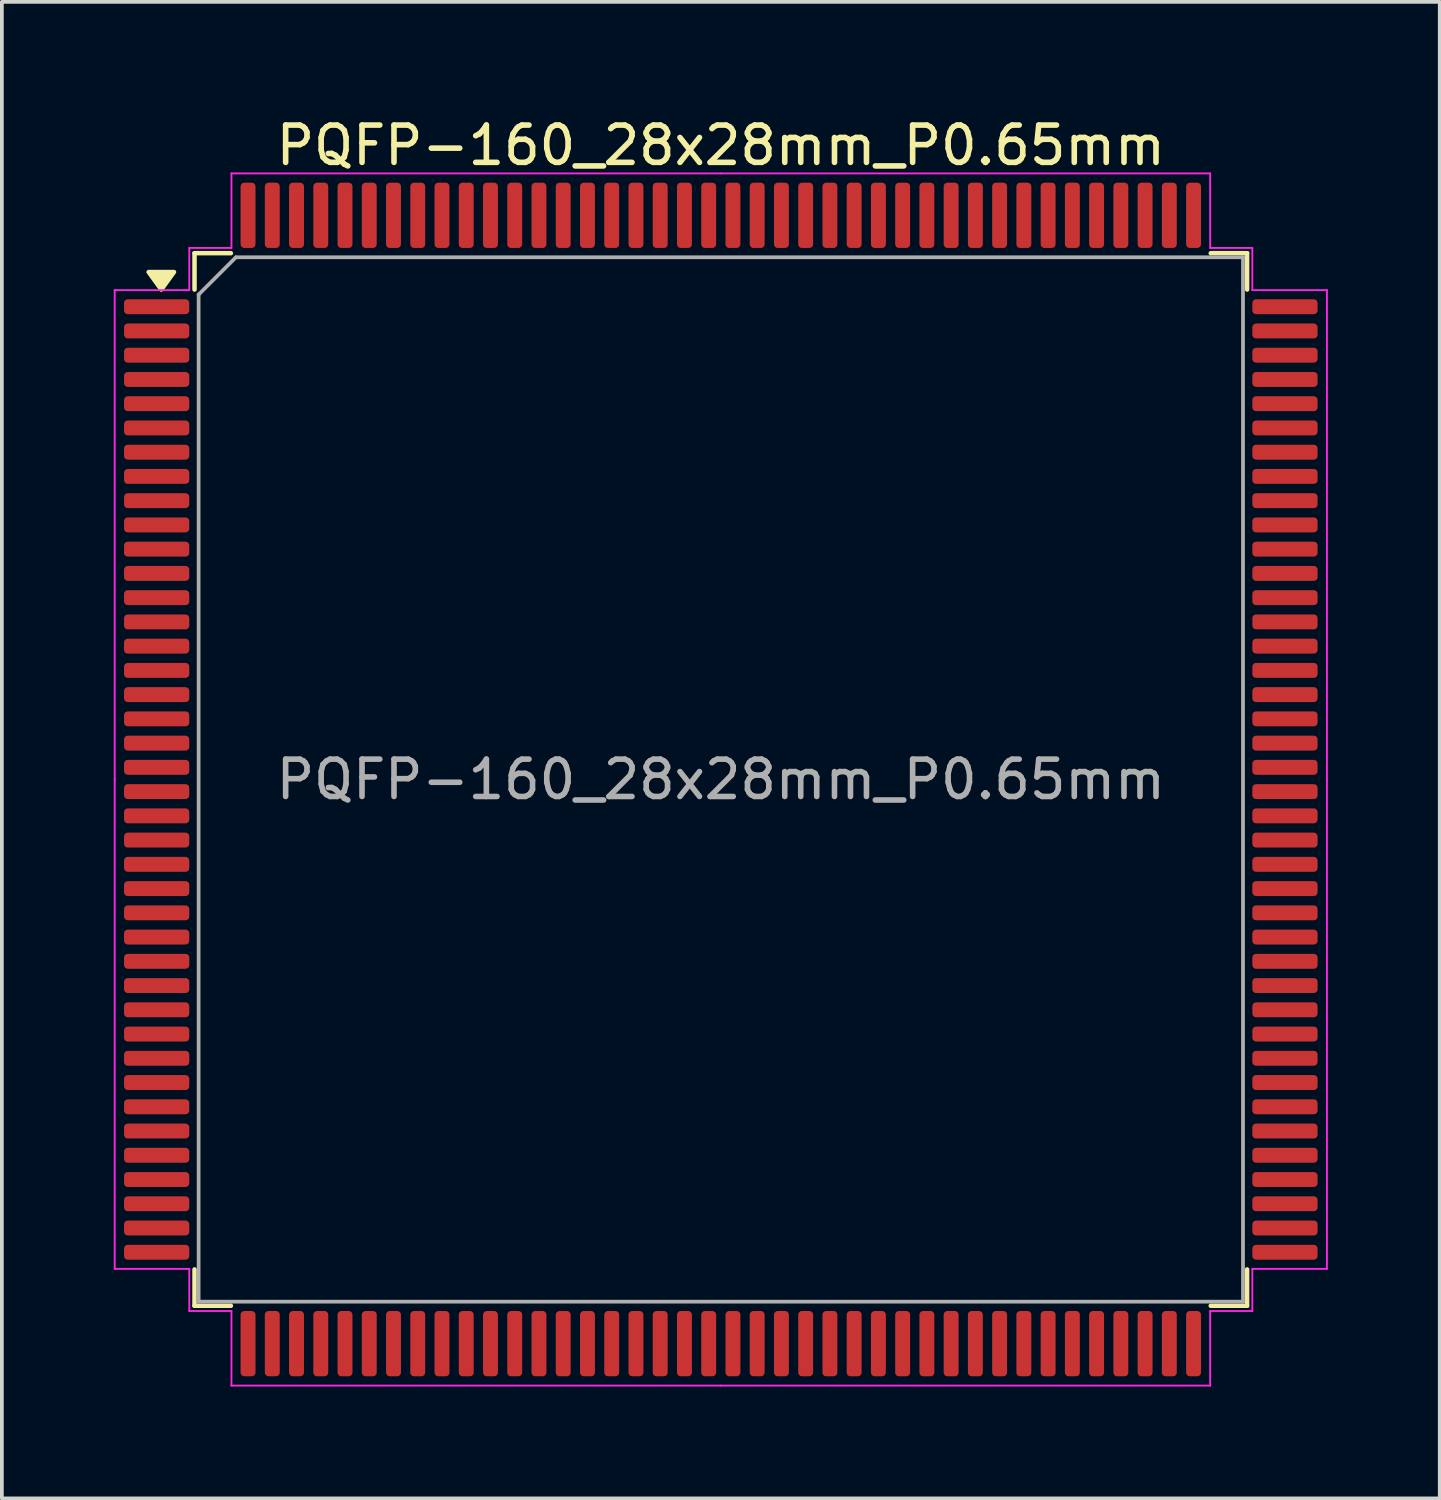
<source format=kicad_pcb>
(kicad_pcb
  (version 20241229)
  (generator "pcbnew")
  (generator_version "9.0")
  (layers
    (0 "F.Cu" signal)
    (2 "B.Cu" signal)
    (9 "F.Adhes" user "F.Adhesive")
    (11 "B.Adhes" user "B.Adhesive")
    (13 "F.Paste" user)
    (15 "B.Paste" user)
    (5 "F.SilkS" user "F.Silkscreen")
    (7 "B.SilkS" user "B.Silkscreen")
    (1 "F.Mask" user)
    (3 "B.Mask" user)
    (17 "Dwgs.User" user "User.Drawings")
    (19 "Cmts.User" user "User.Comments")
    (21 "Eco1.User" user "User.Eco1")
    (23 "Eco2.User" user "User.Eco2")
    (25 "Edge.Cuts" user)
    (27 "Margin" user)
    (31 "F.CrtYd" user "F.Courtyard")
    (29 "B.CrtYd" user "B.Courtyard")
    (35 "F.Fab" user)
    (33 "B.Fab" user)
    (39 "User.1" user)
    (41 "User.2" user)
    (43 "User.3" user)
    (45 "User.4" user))
  (footprint "PQFP-160_28x28mm_P0.65mm"
    (layer "F.Cu")
    (at 16.275 17.848)
    (property "Reference" "PQFP-160_28x28mm_P0.65mm" (at 0 -17 0) (layer "F.SilkS") (effects (font (size 1 1) (thickness 0.15))))
    (attr smd)
    (fp_line (start -14.11 -14.11) (end -14.11 -13.135) (stroke (width 0.12) (type solid)) (layer "F.SilkS"))
    (fp_line (start -14.11 14.11) (end -14.11 13.135) (stroke (width 0.12) (type solid)) (layer "F.SilkS"))
    (fp_line (start -13.135 -14.11) (end -14.11 -14.11) (stroke (width 0.12) (type solid)) (layer "F.SilkS"))
    (fp_line (start -13.135 14.11) (end -14.11 14.11) (stroke (width 0.12) (type solid)) (layer "F.SilkS"))
    (fp_line (start 13.135 -14.11) (end 14.11 -14.11) (stroke (width 0.12) (type solid)) (layer "F.SilkS"))
    (fp_line (start 13.135 14.11) (end 14.11 14.11) (stroke (width 0.12) (type solid)) (layer "F.SilkS"))
    (fp_line (start 14.11 -14.11) (end 14.11 -13.135) (stroke (width 0.12) (type solid)) (layer "F.SilkS"))
    (fp_line (start 14.11 14.11) (end 14.11 13.135) (stroke (width 0.12) (type solid)) (layer "F.SilkS"))
    (fp_poly (pts (xy -15 -13.135) (xy -15.34 -13.605) (xy -14.66 -13.605) (xy -15 -13.135)) (stroke (width 0.12) (type solid)) (fill yes) (layer "F.SilkS"))
    (fp_line (start -16.25 -13.12) (end -16.25 0) (stroke (width 0.05) (type solid)) (layer "F.CrtYd"))
    (fp_line (start -16.25 13.12) (end -16.25 0) (stroke (width 0.05) (type solid)) (layer "F.CrtYd"))
    (fp_line (start -14.25 -14.25) (end -14.25 -13.12) (stroke (width 0.05) (type solid)) (layer "F.CrtYd"))
    (fp_line (start -14.25 -13.12) (end -16.25 -13.12) (stroke (width 0.05) (type solid)) (layer "F.CrtYd"))
    (fp_line (start -14.25 13.12) (end -16.25 13.12) (stroke (width 0.05) (type solid)) (layer "F.CrtYd"))
    (fp_line (start -14.25 14.25) (end -14.25 13.12) (stroke (width 0.05) (type solid)) (layer "F.CrtYd"))
    (fp_line (start -13.12 -16.25) (end -13.12 -14.25) (stroke (width 0.05) (type solid)) (layer "F.CrtYd"))
    (fp_line (start -13.12 -14.25) (end -14.25 -14.25) (stroke (width 0.05) (type solid)) (layer "F.CrtYd"))
    (fp_line (start -13.12 14.25) (end -14.25 14.25) (stroke (width 0.05) (type solid)) (layer "F.CrtYd"))
    (fp_line (start -13.12 16.25) (end -13.12 14.25) (stroke (width 0.05) (type solid)) (layer "F.CrtYd"))
    (fp_line (start 0 -16.25) (end -13.12 -16.25) (stroke (width 0.05) (type solid)) (layer "F.CrtYd"))
    (fp_line (start 0 -16.25) (end 13.12 -16.25) (stroke (width 0.05) (type solid)) (layer "F.CrtYd"))
    (fp_line (start 0 16.25) (end -13.12 16.25) (stroke (width 0.05) (type solid)) (layer "F.CrtYd"))
    (fp_line (start 0 16.25) (end 13.12 16.25) (stroke (width 0.05) (type solid)) (layer "F.CrtYd"))
    (fp_line (start 13.12 -16.25) (end 13.12 -14.25) (stroke (width 0.05) (type solid)) (layer "F.CrtYd"))
    (fp_line (start 13.12 -14.25) (end 14.25 -14.25) (stroke (width 0.05) (type solid)) (layer "F.CrtYd"))
    (fp_line (start 13.12 14.25) (end 14.25 14.25) (stroke (width 0.05) (type solid)) (layer "F.CrtYd"))
    (fp_line (start 13.12 16.25) (end 13.12 14.25) (stroke (width 0.05) (type solid)) (layer "F.CrtYd"))
    (fp_line (start 14.25 -14.25) (end 14.25 -13.12) (stroke (width 0.05) (type solid)) (layer "F.CrtYd"))
    (fp_line (start 14.25 -13.12) (end 16.25 -13.12) (stroke (width 0.05) (type solid)) (layer "F.CrtYd"))
    (fp_line (start 14.25 13.12) (end 16.25 13.12) (stroke (width 0.05) (type solid)) (layer "F.CrtYd"))
    (fp_line (start 14.25 14.25) (end 14.25 13.12) (stroke (width 0.05) (type solid)) (layer "F.CrtYd"))
    (fp_line (start 16.25 -13.12) (end 16.25 0) (stroke (width 0.05) (type solid)) (layer "F.CrtYd"))
    (fp_line (start 16.25 13.12) (end 16.25 0) (stroke (width 0.05) (type solid)) (layer "F.CrtYd"))
    (fp_line (start -14 -13) (end -13 -14) (stroke (width 0.1) (type solid)) (layer "F.Fab"))
    (fp_line (start -14 14) (end -14 -13) (stroke (width 0.1) (type solid)) (layer "F.Fab"))
    (fp_line (start -13 -14) (end 14 -14) (stroke (width 0.1) (type solid)) (layer "F.Fab"))
    (fp_line (start 14 -14) (end 14 14) (stroke (width 0.1) (type solid)) (layer "F.Fab"))
    (fp_line (start 14 14) (end -14 14) (stroke (width 0.1) (type solid)) (layer "F.Fab"))
    (fp_text user "${REFERENCE}" (at 0 0 0) (layer "F.Fab") (effects (font (size 1 1) (thickness 0.15))))
    (pad "1" smd roundrect (at -15.125 -12.675) (size 1.75 0.4) (layers "F.Cu" "F.Mask" "F.Paste") (roundrect_rratio 0.25))
    (pad "2" smd roundrect (at -15.125 -12.025) (size 1.75 0.4) (layers "F.Cu" "F.Mask" "F.Paste") (roundrect_rratio 0.25))
    (pad "3" smd roundrect (at -15.125 -11.375) (size 1.75 0.4) (layers "F.Cu" "F.Mask" "F.Paste") (roundrect_rratio 0.25))
    (pad "4" smd roundrect (at -15.125 -10.725) (size 1.75 0.4) (layers "F.Cu" "F.Mask" "F.Paste") (roundrect_rratio 0.25))
    (pad "5" smd roundrect (at -15.125 -10.075) (size 1.75 0.4) (layers "F.Cu" "F.Mask" "F.Paste") (roundrect_rratio 0.25))
    (pad "6" smd roundrect (at -15.125 -9.425) (size 1.75 0.4) (layers "F.Cu" "F.Mask" "F.Paste") (roundrect_rratio 0.25))
    (pad "7" smd roundrect (at -15.125 -8.775) (size 1.75 0.4) (layers "F.Cu" "F.Mask" "F.Paste") (roundrect_rratio 0.25))
    (pad "8" smd roundrect (at -15.125 -8.125) (size 1.75 0.4) (layers "F.Cu" "F.Mask" "F.Paste") (roundrect_rratio 0.25))
    (pad "9" smd roundrect (at -15.125 -7.475) (size 1.75 0.4) (layers "F.Cu" "F.Mask" "F.Paste") (roundrect_rratio 0.25))
    (pad "10" smd roundrect (at -15.125 -6.825) (size 1.75 0.4) (layers "F.Cu" "F.Mask" "F.Paste") (roundrect_rratio 0.25))
    (pad "11" smd roundrect (at -15.125 -6.175) (size 1.75 0.4) (layers "F.Cu" "F.Mask" "F.Paste") (roundrect_rratio 0.25))
    (pad "12" smd roundrect (at -15.125 -5.525) (size 1.75 0.4) (layers "F.Cu" "F.Mask" "F.Paste") (roundrect_rratio 0.25))
    (pad "13" smd roundrect (at -15.125 -4.875) (size 1.75 0.4) (layers "F.Cu" "F.Mask" "F.Paste") (roundrect_rratio 0.25))
    (pad "14" smd roundrect (at -15.125 -4.225) (size 1.75 0.4) (layers "F.Cu" "F.Mask" "F.Paste") (roundrect_rratio 0.25))
    (pad "15" smd roundrect (at -15.125 -3.575) (size 1.75 0.4) (layers "F.Cu" "F.Mask" "F.Paste") (roundrect_rratio 0.25))
    (pad "16" smd roundrect (at -15.125 -2.925) (size 1.75 0.4) (layers "F.Cu" "F.Mask" "F.Paste") (roundrect_rratio 0.25))
    (pad "17" smd roundrect (at -15.125 -2.275) (size 1.75 0.4) (layers "F.Cu" "F.Mask" "F.Paste") (roundrect_rratio 0.25))
    (pad "18" smd roundrect (at -15.125 -1.625) (size 1.75 0.4) (layers "F.Cu" "F.Mask" "F.Paste") (roundrect_rratio 0.25))
    (pad "19" smd roundrect (at -15.125 -0.975) (size 1.75 0.4) (layers "F.Cu" "F.Mask" "F.Paste") (roundrect_rratio 0.25))
    (pad "20" smd roundrect (at -15.125 -0.325) (size 1.75 0.4) (layers "F.Cu" "F.Mask" "F.Paste") (roundrect_rratio 0.25))
    (pad "21" smd roundrect (at -15.125 0.325) (size 1.75 0.4) (layers "F.Cu" "F.Mask" "F.Paste") (roundrect_rratio 0.25))
    (pad "22" smd roundrect (at -15.125 0.975) (size 1.75 0.4) (layers "F.Cu" "F.Mask" "F.Paste") (roundrect_rratio 0.25))
    (pad "23" smd roundrect (at -15.125 1.625) (size 1.75 0.4) (layers "F.Cu" "F.Mask" "F.Paste") (roundrect_rratio 0.25))
    (pad "24" smd roundrect (at -15.125 2.275) (size 1.75 0.4) (layers "F.Cu" "F.Mask" "F.Paste") (roundrect_rratio 0.25))
    (pad "25" smd roundrect (at -15.125 2.925) (size 1.75 0.4) (layers "F.Cu" "F.Mask" "F.Paste") (roundrect_rratio 0.25))
    (pad "26" smd roundrect (at -15.125 3.575) (size 1.75 0.4) (layers "F.Cu" "F.Mask" "F.Paste") (roundrect_rratio 0.25))
    (pad "27" smd roundrect (at -15.125 4.225) (size 1.75 0.4) (layers "F.Cu" "F.Mask" "F.Paste") (roundrect_rratio 0.25))
    (pad "28" smd roundrect (at -15.125 4.875) (size 1.75 0.4) (layers "F.Cu" "F.Mask" "F.Paste") (roundrect_rratio 0.25))
    (pad "29" smd roundrect (at -15.125 5.525) (size 1.75 0.4) (layers "F.Cu" "F.Mask" "F.Paste") (roundrect_rratio 0.25))
    (pad "30" smd roundrect (at -15.125 6.175) (size 1.75 0.4) (layers "F.Cu" "F.Mask" "F.Paste") (roundrect_rratio 0.25))
    (pad "31" smd roundrect (at -15.125 6.825) (size 1.75 0.4) (layers "F.Cu" "F.Mask" "F.Paste") (roundrect_rratio 0.25))
    (pad "32" smd roundrect (at -15.125 7.475) (size 1.75 0.4) (layers "F.Cu" "F.Mask" "F.Paste") (roundrect_rratio 0.25))
    (pad "33" smd roundrect (at -15.125 8.125) (size 1.75 0.4) (layers "F.Cu" "F.Mask" "F.Paste") (roundrect_rratio 0.25))
    (pad "34" smd roundrect (at -15.125 8.775) (size 1.75 0.4) (layers "F.Cu" "F.Mask" "F.Paste") (roundrect_rratio 0.25))
    (pad "35" smd roundrect (at -15.125 9.425) (size 1.75 0.4) (layers "F.Cu" "F.Mask" "F.Paste") (roundrect_rratio 0.25))
    (pad "36" smd roundrect (at -15.125 10.075) (size 1.75 0.4) (layers "F.Cu" "F.Mask" "F.Paste") (roundrect_rratio 0.25))
    (pad "37" smd roundrect (at -15.125 10.725) (size 1.75 0.4) (layers "F.Cu" "F.Mask" "F.Paste") (roundrect_rratio 0.25))
    (pad "38" smd roundrect (at -15.125 11.375) (size 1.75 0.4) (layers "F.Cu" "F.Mask" "F.Paste") (roundrect_rratio 0.25))
    (pad "39" smd roundrect (at -15.125 12.025) (size 1.75 0.4) (layers "F.Cu" "F.Mask" "F.Paste") (roundrect_rratio 0.25))
    (pad "40" smd roundrect (at -15.125 12.675) (size 1.75 0.4) (layers "F.Cu" "F.Mask" "F.Paste") (roundrect_rratio 0.25))
    (pad "41" smd roundrect (at -12.675 15.125) (size 0.4 1.75) (layers "F.Cu" "F.Mask" "F.Paste") (roundrect_rratio 0.25))
    (pad "42" smd roundrect (at -12.025 15.125) (size 0.4 1.75) (layers "F.Cu" "F.Mask" "F.Paste") (roundrect_rratio 0.25))
    (pad "43" smd roundrect (at -11.375 15.125) (size 0.4 1.75) (layers "F.Cu" "F.Mask" "F.Paste") (roundrect_rratio 0.25))
    (pad "44" smd roundrect (at -10.725 15.125) (size 0.4 1.75) (layers "F.Cu" "F.Mask" "F.Paste") (roundrect_rratio 0.25))
    (pad "45" smd roundrect (at -10.075 15.125) (size 0.4 1.75) (layers "F.Cu" "F.Mask" "F.Paste") (roundrect_rratio 0.25))
    (pad "46" smd roundrect (at -9.425 15.125) (size 0.4 1.75) (layers "F.Cu" "F.Mask" "F.Paste") (roundrect_rratio 0.25))
    (pad "47" smd roundrect (at -8.775 15.125) (size 0.4 1.75) (layers "F.Cu" "F.Mask" "F.Paste") (roundrect_rratio 0.25))
    (pad "48" smd roundrect (at -8.125 15.125) (size 0.4 1.75) (layers "F.Cu" "F.Mask" "F.Paste") (roundrect_rratio 0.25))
    (pad "49" smd roundrect (at -7.475 15.125) (size 0.4 1.75) (layers "F.Cu" "F.Mask" "F.Paste") (roundrect_rratio 0.25))
    (pad "50" smd roundrect (at -6.825 15.125) (size 0.4 1.75) (layers "F.Cu" "F.Mask" "F.Paste") (roundrect_rratio 0.25))
    (pad "51" smd roundrect (at -6.175 15.125) (size 0.4 1.75) (layers "F.Cu" "F.Mask" "F.Paste") (roundrect_rratio 0.25))
    (pad "52" smd roundrect (at -5.525 15.125) (size 0.4 1.75) (layers "F.Cu" "F.Mask" "F.Paste") (roundrect_rratio 0.25))
    (pad "53" smd roundrect (at -4.875 15.125) (size 0.4 1.75) (layers "F.Cu" "F.Mask" "F.Paste") (roundrect_rratio 0.25))
    (pad "54" smd roundrect (at -4.225 15.125) (size 0.4 1.75) (layers "F.Cu" "F.Mask" "F.Paste") (roundrect_rratio 0.25))
    (pad "55" smd roundrect (at -3.575 15.125) (size 0.4 1.75) (layers "F.Cu" "F.Mask" "F.Paste") (roundrect_rratio 0.25))
    (pad "56" smd roundrect (at -2.925 15.125) (size 0.4 1.75) (layers "F.Cu" "F.Mask" "F.Paste") (roundrect_rratio 0.25))
    (pad "57" smd roundrect (at -2.275 15.125) (size 0.4 1.75) (layers "F.Cu" "F.Mask" "F.Paste") (roundrect_rratio 0.25))
    (pad "58" smd roundrect (at -1.625 15.125) (size 0.4 1.75) (layers "F.Cu" "F.Mask" "F.Paste") (roundrect_rratio 0.25))
    (pad "59" smd roundrect (at -0.975 15.125) (size 0.4 1.75) (layers "F.Cu" "F.Mask" "F.Paste") (roundrect_rratio 0.25))
    (pad "60" smd roundrect (at -0.325 15.125) (size 0.4 1.75) (layers "F.Cu" "F.Mask" "F.Paste") (roundrect_rratio 0.25))
    (pad "61" smd roundrect (at 0.325 15.125) (size 0.4 1.75) (layers "F.Cu" "F.Mask" "F.Paste") (roundrect_rratio 0.25))
    (pad "62" smd roundrect (at 0.975 15.125) (size 0.4 1.75) (layers "F.Cu" "F.Mask" "F.Paste") (roundrect_rratio 0.25))
    (pad "63" smd roundrect (at 1.625 15.125) (size 0.4 1.75) (layers "F.Cu" "F.Mask" "F.Paste") (roundrect_rratio 0.25))
    (pad "64" smd roundrect (at 2.275 15.125) (size 0.4 1.75) (layers "F.Cu" "F.Mask" "F.Paste") (roundrect_rratio 0.25))
    (pad "65" smd roundrect (at 2.925 15.125) (size 0.4 1.75) (layers "F.Cu" "F.Mask" "F.Paste") (roundrect_rratio 0.25))
    (pad "66" smd roundrect (at 3.575 15.125) (size 0.4 1.75) (layers "F.Cu" "F.Mask" "F.Paste") (roundrect_rratio 0.25))
    (pad "67" smd roundrect (at 4.225 15.125) (size 0.4 1.75) (layers "F.Cu" "F.Mask" "F.Paste") (roundrect_rratio 0.25))
    (pad "68" smd roundrect (at 4.875 15.125) (size 0.4 1.75) (layers "F.Cu" "F.Mask" "F.Paste") (roundrect_rratio 0.25))
    (pad "69" smd roundrect (at 5.525 15.125) (size 0.4 1.75) (layers "F.Cu" "F.Mask" "F.Paste") (roundrect_rratio 0.25))
    (pad "70" smd roundrect (at 6.175 15.125) (size 0.4 1.75) (layers "F.Cu" "F.Mask" "F.Paste") (roundrect_rratio 0.25))
    (pad "71" smd roundrect (at 6.825 15.125) (size 0.4 1.75) (layers "F.Cu" "F.Mask" "F.Paste") (roundrect_rratio 0.25))
    (pad "72" smd roundrect (at 7.475 15.125) (size 0.4 1.75) (layers "F.Cu" "F.Mask" "F.Paste") (roundrect_rratio 0.25))
    (pad "73" smd roundrect (at 8.125 15.125) (size 0.4 1.75) (layers "F.Cu" "F.Mask" "F.Paste") (roundrect_rratio 0.25))
    (pad "74" smd roundrect (at 8.775 15.125) (size 0.4 1.75) (layers "F.Cu" "F.Mask" "F.Paste") (roundrect_rratio 0.25))
    (pad "75" smd roundrect (at 9.425 15.125) (size 0.4 1.75) (layers "F.Cu" "F.Mask" "F.Paste") (roundrect_rratio 0.25))
    (pad "76" smd roundrect (at 10.075 15.125) (size 0.4 1.75) (layers "F.Cu" "F.Mask" "F.Paste") (roundrect_rratio 0.25))
    (pad "77" smd roundrect (at 10.725 15.125) (size 0.4 1.75) (layers "F.Cu" "F.Mask" "F.Paste") (roundrect_rratio 0.25))
    (pad "78" smd roundrect (at 11.375 15.125) (size 0.4 1.75) (layers "F.Cu" "F.Mask" "F.Paste") (roundrect_rratio 0.25))
    (pad "79" smd roundrect (at 12.025 15.125) (size 0.4 1.75) (layers "F.Cu" "F.Mask" "F.Paste") (roundrect_rratio 0.25))
    (pad "80" smd roundrect (at 12.675 15.125) (size 0.4 1.75) (layers "F.Cu" "F.Mask" "F.Paste") (roundrect_rratio 0.25))
    (pad "81" smd roundrect (at 15.125 12.675) (size 1.75 0.4) (layers "F.Cu" "F.Mask" "F.Paste") (roundrect_rratio 0.25))
    (pad "82" smd roundrect (at 15.125 12.025) (size 1.75 0.4) (layers "F.Cu" "F.Mask" "F.Paste") (roundrect_rratio 0.25))
    (pad "83" smd roundrect (at 15.125 11.375) (size 1.75 0.4) (layers "F.Cu" "F.Mask" "F.Paste") (roundrect_rratio 0.25))
    (pad "84" smd roundrect (at 15.125 10.725) (size 1.75 0.4) (layers "F.Cu" "F.Mask" "F.Paste") (roundrect_rratio 0.25))
    (pad "85" smd roundrect (at 15.125 10.075) (size 1.75 0.4) (layers "F.Cu" "F.Mask" "F.Paste") (roundrect_rratio 0.25))
    (pad "86" smd roundrect (at 15.125 9.425) (size 1.75 0.4) (layers "F.Cu" "F.Mask" "F.Paste") (roundrect_rratio 0.25))
    (pad "87" smd roundrect (at 15.125 8.775) (size 1.75 0.4) (layers "F.Cu" "F.Mask" "F.Paste") (roundrect_rratio 0.25))
    (pad "88" smd roundrect (at 15.125 8.125) (size 1.75 0.4) (layers "F.Cu" "F.Mask" "F.Paste") (roundrect_rratio 0.25))
    (pad "89" smd roundrect (at 15.125 7.475) (size 1.75 0.4) (layers "F.Cu" "F.Mask" "F.Paste") (roundrect_rratio 0.25))
    (pad "90" smd roundrect (at 15.125 6.825) (size 1.75 0.4) (layers "F.Cu" "F.Mask" "F.Paste") (roundrect_rratio 0.25))
    (pad "91" smd roundrect (at 15.125 6.175) (size 1.75 0.4) (layers "F.Cu" "F.Mask" "F.Paste") (roundrect_rratio 0.25))
    (pad "92" smd roundrect (at 15.125 5.525) (size 1.75 0.4) (layers "F.Cu" "F.Mask" "F.Paste") (roundrect_rratio 0.25))
    (pad "93" smd roundrect (at 15.125 4.875) (size 1.75 0.4) (layers "F.Cu" "F.Mask" "F.Paste") (roundrect_rratio 0.25))
    (pad "94" smd roundrect (at 15.125 4.225) (size 1.75 0.4) (layers "F.Cu" "F.Mask" "F.Paste") (roundrect_rratio 0.25))
    (pad "95" smd roundrect (at 15.125 3.575) (size 1.75 0.4) (layers "F.Cu" "F.Mask" "F.Paste") (roundrect_rratio 0.25))
    (pad "96" smd roundrect (at 15.125 2.925) (size 1.75 0.4) (layers "F.Cu" "F.Mask" "F.Paste") (roundrect_rratio 0.25))
    (pad "97" smd roundrect (at 15.125 2.275) (size 1.75 0.4) (layers "F.Cu" "F.Mask" "F.Paste") (roundrect_rratio 0.25))
    (pad "98" smd roundrect (at 15.125 1.625) (size 1.75 0.4) (layers "F.Cu" "F.Mask" "F.Paste") (roundrect_rratio 0.25))
    (pad "99" smd roundrect (at 15.125 0.975) (size 1.75 0.4) (layers "F.Cu" "F.Mask" "F.Paste") (roundrect_rratio 0.25))
    (pad "100" smd roundrect (at 15.125 0.325) (size 1.75 0.4) (layers "F.Cu" "F.Mask" "F.Paste") (roundrect_rratio 0.25))
    (pad "101" smd roundrect (at 15.125 -0.325) (size 1.75 0.4) (layers "F.Cu" "F.Mask" "F.Paste") (roundrect_rratio 0.25))
    (pad "102" smd roundrect (at 15.125 -0.975) (size 1.75 0.4) (layers "F.Cu" "F.Mask" "F.Paste") (roundrect_rratio 0.25))
    (pad "103" smd roundrect (at 15.125 -1.625) (size 1.75 0.4) (layers "F.Cu" "F.Mask" "F.Paste") (roundrect_rratio 0.25))
    (pad "104" smd roundrect (at 15.125 -2.275) (size 1.75 0.4) (layers "F.Cu" "F.Mask" "F.Paste") (roundrect_rratio 0.25))
    (pad "105" smd roundrect (at 15.125 -2.925) (size 1.75 0.4) (layers "F.Cu" "F.Mask" "F.Paste") (roundrect_rratio 0.25))
    (pad "106" smd roundrect (at 15.125 -3.575) (size 1.75 0.4) (layers "F.Cu" "F.Mask" "F.Paste") (roundrect_rratio 0.25))
    (pad "107" smd roundrect (at 15.125 -4.225) (size 1.75 0.4) (layers "F.Cu" "F.Mask" "F.Paste") (roundrect_rratio 0.25))
    (pad "108" smd roundrect (at 15.125 -4.875) (size 1.75 0.4) (layers "F.Cu" "F.Mask" "F.Paste") (roundrect_rratio 0.25))
    (pad "109" smd roundrect (at 15.125 -5.525) (size 1.75 0.4) (layers "F.Cu" "F.Mask" "F.Paste") (roundrect_rratio 0.25))
    (pad "110" smd roundrect (at 15.125 -6.175) (size 1.75 0.4) (layers "F.Cu" "F.Mask" "F.Paste") (roundrect_rratio 0.25))
    (pad "111" smd roundrect (at 15.125 -6.825) (size 1.75 0.4) (layers "F.Cu" "F.Mask" "F.Paste") (roundrect_rratio 0.25))
    (pad "112" smd roundrect (at 15.125 -7.475) (size 1.75 0.4) (layers "F.Cu" "F.Mask" "F.Paste") (roundrect_rratio 0.25))
    (pad "113" smd roundrect (at 15.125 -8.125) (size 1.75 0.4) (layers "F.Cu" "F.Mask" "F.Paste") (roundrect_rratio 0.25))
    (pad "114" smd roundrect (at 15.125 -8.775) (size 1.75 0.4) (layers "F.Cu" "F.Mask" "F.Paste") (roundrect_rratio 0.25))
    (pad "115" smd roundrect (at 15.125 -9.425) (size 1.75 0.4) (layers "F.Cu" "F.Mask" "F.Paste") (roundrect_rratio 0.25))
    (pad "116" smd roundrect (at 15.125 -10.075) (size 1.75 0.4) (layers "F.Cu" "F.Mask" "F.Paste") (roundrect_rratio 0.25))
    (pad "117" smd roundrect (at 15.125 -10.725) (size 1.75 0.4) (layers "F.Cu" "F.Mask" "F.Paste") (roundrect_rratio 0.25))
    (pad "118" smd roundrect (at 15.125 -11.375) (size 1.75 0.4) (layers "F.Cu" "F.Mask" "F.Paste") (roundrect_rratio 0.25))
    (pad "119" smd roundrect (at 15.125 -12.025) (size 1.75 0.4) (layers "F.Cu" "F.Mask" "F.Paste") (roundrect_rratio 0.25))
    (pad "120" smd roundrect (at 15.125 -12.675) (size 1.75 0.4) (layers "F.Cu" "F.Mask" "F.Paste") (roundrect_rratio 0.25))
    (pad "121" smd roundrect (at 12.675 -15.125) (size 0.4 1.75) (layers "F.Cu" "F.Mask" "F.Paste") (roundrect_rratio 0.25))
    (pad "122" smd roundrect (at 12.025 -15.125) (size 0.4 1.75) (layers "F.Cu" "F.Mask" "F.Paste") (roundrect_rratio 0.25))
    (pad "123" smd roundrect (at 11.375 -15.125) (size 0.4 1.75) (layers "F.Cu" "F.Mask" "F.Paste") (roundrect_rratio 0.25))
    (pad "124" smd roundrect (at 10.725 -15.125) (size 0.4 1.75) (layers "F.Cu" "F.Mask" "F.Paste") (roundrect_rratio 0.25))
    (pad "125" smd roundrect (at 10.075 -15.125) (size 0.4 1.75) (layers "F.Cu" "F.Mask" "F.Paste") (roundrect_rratio 0.25))
    (pad "126" smd roundrect (at 9.425 -15.125) (size 0.4 1.75) (layers "F.Cu" "F.Mask" "F.Paste") (roundrect_rratio 0.25))
    (pad "127" smd roundrect (at 8.775 -15.125) (size 0.4 1.75) (layers "F.Cu" "F.Mask" "F.Paste") (roundrect_rratio 0.25))
    (pad "128" smd roundrect (at 8.125 -15.125) (size 0.4 1.75) (layers "F.Cu" "F.Mask" "F.Paste") (roundrect_rratio 0.25))
    (pad "129" smd roundrect (at 7.475 -15.125) (size 0.4 1.75) (layers "F.Cu" "F.Mask" "F.Paste") (roundrect_rratio 0.25))
    (pad "130" smd roundrect (at 6.825 -15.125) (size 0.4 1.75) (layers "F.Cu" "F.Mask" "F.Paste") (roundrect_rratio 0.25))
    (pad "131" smd roundrect (at 6.175 -15.125) (size 0.4 1.75) (layers "F.Cu" "F.Mask" "F.Paste") (roundrect_rratio 0.25))
    (pad "132" smd roundrect (at 5.525 -15.125) (size 0.4 1.75) (layers "F.Cu" "F.Mask" "F.Paste") (roundrect_rratio 0.25))
    (pad "133" smd roundrect (at 4.875 -15.125) (size 0.4 1.75) (layers "F.Cu" "F.Mask" "F.Paste") (roundrect_rratio 0.25))
    (pad "134" smd roundrect (at 4.225 -15.125) (size 0.4 1.75) (layers "F.Cu" "F.Mask" "F.Paste") (roundrect_rratio 0.25))
    (pad "135" smd roundrect (at 3.575 -15.125) (size 0.4 1.75) (layers "F.Cu" "F.Mask" "F.Paste") (roundrect_rratio 0.25))
    (pad "136" smd roundrect (at 2.925 -15.125) (size 0.4 1.75) (layers "F.Cu" "F.Mask" "F.Paste") (roundrect_rratio 0.25))
    (pad "137" smd roundrect (at 2.275 -15.125) (size 0.4 1.75) (layers "F.Cu" "F.Mask" "F.Paste") (roundrect_rratio 0.25))
    (pad "138" smd roundrect (at 1.625 -15.125) (size 0.4 1.75) (layers "F.Cu" "F.Mask" "F.Paste") (roundrect_rratio 0.25))
    (pad "139" smd roundrect (at 0.975 -15.125) (size 0.4 1.75) (layers "F.Cu" "F.Mask" "F.Paste") (roundrect_rratio 0.25))
    (pad "140" smd roundrect (at 0.325 -15.125) (size 0.4 1.75) (layers "F.Cu" "F.Mask" "F.Paste") (roundrect_rratio 0.25))
    (pad "141" smd roundrect (at -0.325 -15.125) (size 0.4 1.75) (layers "F.Cu" "F.Mask" "F.Paste") (roundrect_rratio 0.25))
    (pad "142" smd roundrect (at -0.975 -15.125) (size 0.4 1.75) (layers "F.Cu" "F.Mask" "F.Paste") (roundrect_rratio 0.25))
    (pad "143" smd roundrect (at -1.625 -15.125) (size 0.4 1.75) (layers "F.Cu" "F.Mask" "F.Paste") (roundrect_rratio 0.25))
    (pad "144" smd roundrect (at -2.275 -15.125) (size 0.4 1.75) (layers "F.Cu" "F.Mask" "F.Paste") (roundrect_rratio 0.25))
    (pad "145" smd roundrect (at -2.925 -15.125) (size 0.4 1.75) (layers "F.Cu" "F.Mask" "F.Paste") (roundrect_rratio 0.25))
    (pad "146" smd roundrect (at -3.575 -15.125) (size 0.4 1.75) (layers "F.Cu" "F.Mask" "F.Paste") (roundrect_rratio 0.25))
    (pad "147" smd roundrect (at -4.225 -15.125) (size 0.4 1.75) (layers "F.Cu" "F.Mask" "F.Paste") (roundrect_rratio 0.25))
    (pad "148" smd roundrect (at -4.875 -15.125) (size 0.4 1.75) (layers "F.Cu" "F.Mask" "F.Paste") (roundrect_rratio 0.25))
    (pad "149" smd roundrect (at -5.525 -15.125) (size 0.4 1.75) (layers "F.Cu" "F.Mask" "F.Paste") (roundrect_rratio 0.25))
    (pad "150" smd roundrect (at -6.175 -15.125) (size 0.4 1.75) (layers "F.Cu" "F.Mask" "F.Paste") (roundrect_rratio 0.25))
    (pad "151" smd roundrect (at -6.825 -15.125) (size 0.4 1.75) (layers "F.Cu" "F.Mask" "F.Paste") (roundrect_rratio 0.25))
    (pad "152" smd roundrect (at -7.475 -15.125) (size 0.4 1.75) (layers "F.Cu" "F.Mask" "F.Paste") (roundrect_rratio 0.25))
    (pad "153" smd roundrect (at -8.125 -15.125) (size 0.4 1.75) (layers "F.Cu" "F.Mask" "F.Paste") (roundrect_rratio 0.25))
    (pad "154" smd roundrect (at -8.775 -15.125) (size 0.4 1.75) (layers "F.Cu" "F.Mask" "F.Paste") (roundrect_rratio 0.25))
    (pad "155" smd roundrect (at -9.425 -15.125) (size 0.4 1.75) (layers "F.Cu" "F.Mask" "F.Paste") (roundrect_rratio 0.25))
    (pad "156" smd roundrect (at -10.075 -15.125) (size 0.4 1.75) (layers "F.Cu" "F.Mask" "F.Paste") (roundrect_rratio 0.25))
    (pad "157" smd roundrect (at -10.725 -15.125) (size 0.4 1.75) (layers "F.Cu" "F.Mask" "F.Paste") (roundrect_rratio 0.25))
    (pad "158" smd roundrect (at -11.375 -15.125) (size 0.4 1.75) (layers "F.Cu" "F.Mask" "F.Paste") (roundrect_rratio 0.25))
    (pad "159" smd roundrect (at -12.025 -15.125) (size 0.4 1.75) (layers "F.Cu" "F.Mask" "F.Paste") (roundrect_rratio 0.25))
    (pad "160" smd roundrect (at -12.675 -15.125) (size 0.4 1.75) (layers "F.Cu" "F.Mask" "F.Paste") (roundrect_rratio 0.25)))
  (gr_rect
    (start -3 -3)
    (end 35.55 37.123)
    (stroke (width 0.1) (type default))
    (fill no)
    (layer "Edge.Cuts")))
</source>
